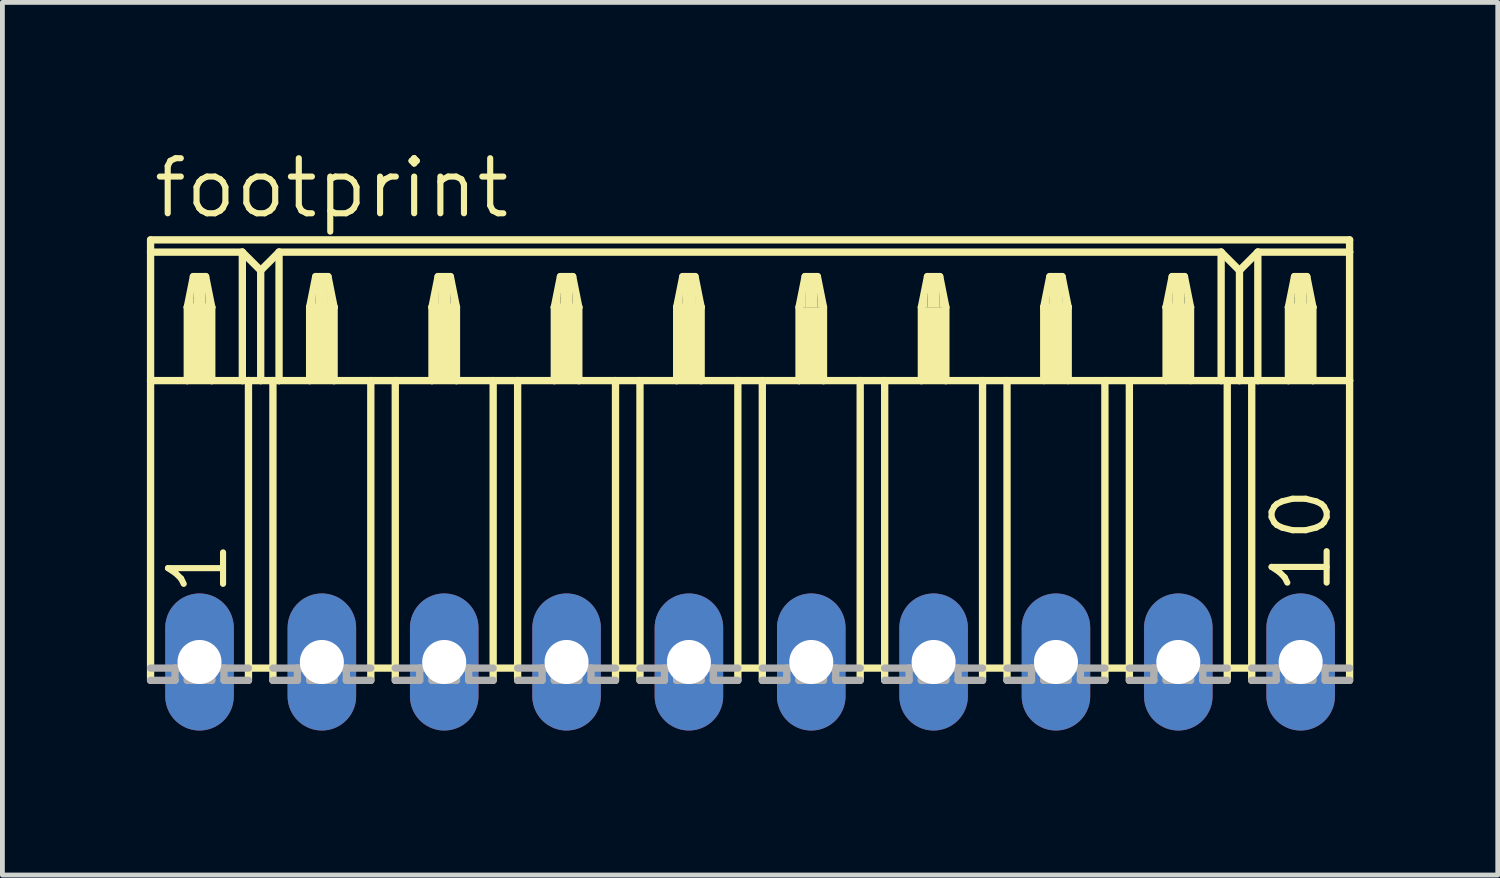
<source format=kicad_pcb>
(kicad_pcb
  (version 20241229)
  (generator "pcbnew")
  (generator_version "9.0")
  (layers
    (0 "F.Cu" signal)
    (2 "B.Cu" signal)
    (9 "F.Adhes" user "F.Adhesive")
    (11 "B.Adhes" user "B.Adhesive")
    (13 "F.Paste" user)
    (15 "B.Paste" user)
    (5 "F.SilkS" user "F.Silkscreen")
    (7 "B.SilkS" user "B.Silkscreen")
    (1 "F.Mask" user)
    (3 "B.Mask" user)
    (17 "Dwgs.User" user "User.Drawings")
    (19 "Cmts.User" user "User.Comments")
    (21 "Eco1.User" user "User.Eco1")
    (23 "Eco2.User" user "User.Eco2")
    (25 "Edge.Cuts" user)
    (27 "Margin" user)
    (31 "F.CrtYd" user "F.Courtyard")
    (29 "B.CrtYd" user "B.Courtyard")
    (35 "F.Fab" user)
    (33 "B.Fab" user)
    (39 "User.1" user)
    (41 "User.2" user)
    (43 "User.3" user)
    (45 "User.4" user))
  (footprint "footprint"
    (layer "F.Cu")
    (at 12.522 10.693)
    (property "Reference" "footprint" (at -12.446 -9.169 0) (layer "F.SilkS") (effects (font (size 1.143 1.143) (thickness 0.127)) (justify left bottom)))
    (fp_line (start -12.446 -8.763) (end -12.446 -8.509) (stroke (width 0.152) (type solid)) (layer "F.SilkS"))
    (fp_line (start -12.446 -8.763) (end 12.446 -8.763) (stroke (width 0.152) (type solid)) (layer "F.SilkS"))
    (fp_line (start -12.446 -8.509) (end -12.446 -5.842) (stroke (width 0.152) (type solid)) (layer "F.SilkS"))
    (fp_line (start -12.446 -8.509) (end -10.541 -8.509) (stroke (width 0.152) (type solid)) (layer "F.SilkS"))
    (fp_line (start -12.446 -5.842) (end -12.446 0.381) (stroke (width 0.152) (type solid)) (layer "F.SilkS"))
    (fp_line (start -12.446 -5.842) (end -11.684 -5.842) (stroke (width 0.152) (type solid)) (layer "F.SilkS"))
    (fp_line (start -11.684 -7.366) (end -11.684 -5.842) (stroke (width 0.152) (type solid)) (layer "F.SilkS"))
    (fp_line (start -11.684 -7.366) (end -11.557 -8.001) (stroke (width 0.152) (type solid)) (layer "F.SilkS"))
    (fp_line (start -11.684 -5.842) (end -11.176 -5.842) (stroke (width 0.152) (type solid)) (layer "F.SilkS"))
    (fp_line (start -11.557 -8.001) (end -11.303 -8.001) (stroke (width 0.152) (type solid)) (layer "F.SilkS"))
    (fp_line (start -11.303 -8.001) (end -11.176 -7.366) (stroke (width 0.152) (type solid)) (layer "F.SilkS"))
    (fp_line (start -11.176 -7.366) (end -11.684 -7.366) (stroke (width 0.152) (type solid)) (layer "F.SilkS"))
    (fp_line (start -11.176 -7.366) (end -11.176 -5.842) (stroke (width 0.152) (type solid)) (layer "F.SilkS"))
    (fp_line (start -11.176 -5.842) (end -10.541 -5.842) (stroke (width 0.152) (type solid)) (layer "F.SilkS"))
    (fp_line (start -10.541 -8.509) (end -10.541 -5.842) (stroke (width 0.152) (type solid)) (layer "F.SilkS"))
    (fp_line (start -10.541 -8.509) (end -10.16 -8.128) (stroke (width 0.152) (type solid)) (layer "F.SilkS"))
    (fp_line (start -10.541 -5.842) (end -10.414 -5.842) (stroke (width 0.152) (type solid)) (layer "F.SilkS"))
    (fp_line (start -10.414 -5.842) (end -10.414 0.127) (stroke (width 0.152) (type solid)) (layer "F.SilkS"))
    (fp_line (start -10.414 -5.842) (end -10.16 -5.842) (stroke (width 0.152) (type solid)) (layer "F.SilkS"))
    (fp_line (start -10.414 0.127) (end -10.414 0.381) (stroke (width 0.152) (type solid)) (layer "F.SilkS"))
    (fp_line (start -10.16 -8.128) (end -10.16 -5.842) (stroke (width 0.152) (type solid)) (layer "F.SilkS"))
    (fp_line (start -10.16 -8.128) (end -9.779 -8.509) (stroke (width 0.152) (type solid)) (layer "F.SilkS"))
    (fp_line (start -10.16 -5.842) (end -9.906 -5.842) (stroke (width 0.152) (type solid)) (layer "F.SilkS"))
    (fp_line (start -9.906 -5.842) (end -9.906 0.127) (stroke (width 0.152) (type solid)) (layer "F.SilkS"))
    (fp_line (start -9.906 -5.842) (end -9.779 -5.842) (stroke (width 0.152) (type solid)) (layer "F.SilkS"))
    (fp_line (start -9.906 0.127) (end -10.414 0.127) (stroke (width 0.152) (type solid)) (layer "F.SilkS"))
    (fp_line (start -9.906 0.127) (end -9.906 0.381) (stroke (width 0.152) (type solid)) (layer "F.SilkS"))
    (fp_line (start -9.779 -8.509) (end -9.779 -5.842) (stroke (width 0.152) (type solid)) (layer "F.SilkS"))
    (fp_line (start -9.779 -8.509) (end 9.779 -8.509) (stroke (width 0.152) (type solid)) (layer "F.SilkS"))
    (fp_line (start -9.779 -5.842) (end -9.144 -5.842) (stroke (width 0.152) (type solid)) (layer "F.SilkS"))
    (fp_line (start -9.144 -7.366) (end -9.144 -5.842) (stroke (width 0.152) (type solid)) (layer "F.SilkS"))
    (fp_line (start -9.144 -7.366) (end -9.017 -8.001) (stroke (width 0.152) (type solid)) (layer "F.SilkS"))
    (fp_line (start -9.144 -5.842) (end -8.636 -5.842) (stroke (width 0.152) (type solid)) (layer "F.SilkS"))
    (fp_line (start -9.017 -8.001) (end -8.763 -8.001) (stroke (width 0.152) (type solid)) (layer "F.SilkS"))
    (fp_line (start -8.763 -8.001) (end -8.636 -7.366) (stroke (width 0.152) (type solid)) (layer "F.SilkS"))
    (fp_line (start -8.636 -7.366) (end -9.144 -7.366) (stroke (width 0.152) (type solid)) (layer "F.SilkS"))
    (fp_line (start -8.636 -7.366) (end -8.636 -5.842) (stroke (width 0.152) (type solid)) (layer "F.SilkS"))
    (fp_line (start -8.636 -5.842) (end -7.874 -5.842) (stroke (width 0.152) (type solid)) (layer "F.SilkS"))
    (fp_line (start -7.874 -5.842) (end -7.874 0.127) (stroke (width 0.152) (type solid)) (layer "F.SilkS"))
    (fp_line (start -7.874 -5.842) (end -7.366 -5.842) (stroke (width 0.152) (type solid)) (layer "F.SilkS"))
    (fp_line (start -7.874 0.127) (end -7.874 0.381) (stroke (width 0.152) (type solid)) (layer "F.SilkS"))
    (fp_line (start -7.366 -5.842) (end -7.366 0.127) (stroke (width 0.152) (type solid)) (layer "F.SilkS"))
    (fp_line (start -7.366 -5.842) (end -6.604 -5.842) (stroke (width 0.152) (type solid)) (layer "F.SilkS"))
    (fp_line (start -7.366 0.127) (end -7.874 0.127) (stroke (width 0.152) (type solid)) (layer "F.SilkS"))
    (fp_line (start -7.366 0.127) (end -7.366 0.381) (stroke (width 0.152) (type solid)) (layer "F.SilkS"))
    (fp_line (start -6.604 -7.366) (end -6.604 -5.842) (stroke (width 0.152) (type solid)) (layer "F.SilkS"))
    (fp_line (start -6.604 -7.366) (end -6.477 -8.001) (stroke (width 0.152) (type solid)) (layer "F.SilkS"))
    (fp_line (start -6.604 -5.842) (end -6.096 -5.842) (stroke (width 0.152) (type solid)) (layer "F.SilkS"))
    (fp_line (start -6.477 -8.001) (end -6.223 -8.001) (stroke (width 0.152) (type solid)) (layer "F.SilkS"))
    (fp_line (start -6.223 -8.001) (end -6.096 -7.366) (stroke (width 0.152) (type solid)) (layer "F.SilkS"))
    (fp_line (start -6.096 -7.366) (end -6.604 -7.366) (stroke (width 0.152) (type solid)) (layer "F.SilkS"))
    (fp_line (start -6.096 -7.366) (end -6.096 -5.842) (stroke (width 0.152) (type solid)) (layer "F.SilkS"))
    (fp_line (start -6.096 -5.842) (end -5.334 -5.842) (stroke (width 0.152) (type solid)) (layer "F.SilkS"))
    (fp_line (start -5.334 -5.842) (end -5.334 0.127) (stroke (width 0.152) (type solid)) (layer "F.SilkS"))
    (fp_line (start -5.334 -5.842) (end -4.826 -5.842) (stroke (width 0.152) (type solid)) (layer "F.SilkS"))
    (fp_line (start -5.334 0.127) (end -5.334 0.381) (stroke (width 0.152) (type solid)) (layer "F.SilkS"))
    (fp_line (start -4.826 -5.842) (end -4.826 0.127) (stroke (width 0.152) (type solid)) (layer "F.SilkS"))
    (fp_line (start -4.826 -5.842) (end -4.064 -5.842) (stroke (width 0.152) (type solid)) (layer "F.SilkS"))
    (fp_line (start -4.826 0.127) (end -5.334 0.127) (stroke (width 0.152) (type solid)) (layer "F.SilkS"))
    (fp_line (start -4.826 0.127) (end -4.826 0.381) (stroke (width 0.152) (type solid)) (layer "F.SilkS"))
    (fp_line (start -4.064 -7.366) (end -4.064 -5.842) (stroke (width 0.152) (type solid)) (layer "F.SilkS"))
    (fp_line (start -4.064 -7.366) (end -3.937 -8.001) (stroke (width 0.152) (type solid)) (layer "F.SilkS"))
    (fp_line (start -4.064 -5.842) (end -3.556 -5.842) (stroke (width 0.152) (type solid)) (layer "F.SilkS"))
    (fp_line (start -3.937 -8.001) (end -3.683 -8.001) (stroke (width 0.152) (type solid)) (layer "F.SilkS"))
    (fp_line (start -3.683 -8.001) (end -3.556 -7.366) (stroke (width 0.152) (type solid)) (layer "F.SilkS"))
    (fp_line (start -3.556 -7.366) (end -4.064 -7.366) (stroke (width 0.152) (type solid)) (layer "F.SilkS"))
    (fp_line (start -3.556 -7.366) (end -3.556 -5.842) (stroke (width 0.152) (type solid)) (layer "F.SilkS"))
    (fp_line (start -3.556 -5.842) (end -2.794 -5.842) (stroke (width 0.152) (type solid)) (layer "F.SilkS"))
    (fp_line (start -2.794 -5.842) (end -2.794 0.127) (stroke (width 0.152) (type solid)) (layer "F.SilkS"))
    (fp_line (start -2.794 -5.842) (end -2.286 -5.842) (stroke (width 0.152) (type solid)) (layer "F.SilkS"))
    (fp_line (start -2.794 0.127) (end -2.794 0.381) (stroke (width 0.152) (type solid)) (layer "F.SilkS"))
    (fp_line (start -2.286 -5.842) (end -2.286 0.127) (stroke (width 0.152) (type solid)) (layer "F.SilkS"))
    (fp_line (start -2.286 -5.842) (end -1.524 -5.842) (stroke (width 0.152) (type solid)) (layer "F.SilkS"))
    (fp_line (start -2.286 0.127) (end -2.794 0.127) (stroke (width 0.152) (type solid)) (layer "F.SilkS"))
    (fp_line (start -2.286 0.127) (end -2.286 0.381) (stroke (width 0.152) (type solid)) (layer "F.SilkS"))
    (fp_line (start -1.524 -7.366) (end -1.524 -5.842) (stroke (width 0.152) (type solid)) (layer "F.SilkS"))
    (fp_line (start -1.524 -7.366) (end -1.397 -8.001) (stroke (width 0.152) (type solid)) (layer "F.SilkS"))
    (fp_line (start -1.524 -5.842) (end -1.016 -5.842) (stroke (width 0.152) (type solid)) (layer "F.SilkS"))
    (fp_line (start -1.397 -8.001) (end -1.143 -8.001) (stroke (width 0.152) (type solid)) (layer "F.SilkS"))
    (fp_line (start -1.143 -8.001) (end -1.016 -7.366) (stroke (width 0.152) (type solid)) (layer "F.SilkS"))
    (fp_line (start -1.016 -7.366) (end -1.524 -7.366) (stroke (width 0.152) (type solid)) (layer "F.SilkS"))
    (fp_line (start -1.016 -7.366) (end -1.016 -5.842) (stroke (width 0.152) (type solid)) (layer "F.SilkS"))
    (fp_line (start -1.016 -5.842) (end -0.254 -5.842) (stroke (width 0.152) (type solid)) (layer "F.SilkS"))
    (fp_line (start -0.254 -5.842) (end -0.254 0.127) (stroke (width 0.152) (type solid)) (layer "F.SilkS"))
    (fp_line (start -0.254 -5.842) (end 0.254 -5.842) (stroke (width 0.152) (type solid)) (layer "F.SilkS"))
    (fp_line (start -0.254 0.127) (end -0.254 0.381) (stroke (width 0.152) (type solid)) (layer "F.SilkS"))
    (fp_line (start 0.254 -5.842) (end 0.254 0.127) (stroke (width 0.152) (type solid)) (layer "F.SilkS"))
    (fp_line (start 0.254 -5.842) (end 1.016 -5.842) (stroke (width 0.152) (type solid)) (layer "F.SilkS"))
    (fp_line (start 0.254 0.127) (end -0.254 0.127) (stroke (width 0.152) (type solid)) (layer "F.SilkS"))
    (fp_line (start 0.254 0.127) (end 0.254 0.381) (stroke (width 0.152) (type solid)) (layer "F.SilkS"))
    (fp_line (start 1.016 -7.366) (end 1.016 -5.842) (stroke (width 0.152) (type solid)) (layer "F.SilkS"))
    (fp_line (start 1.016 -7.366) (end 1.143 -8.001) (stroke (width 0.152) (type solid)) (layer "F.SilkS"))
    (fp_line (start 1.016 -5.842) (end 1.524 -5.842) (stroke (width 0.152) (type solid)) (layer "F.SilkS"))
    (fp_line (start 1.143 -8.001) (end 1.397 -8.001) (stroke (width 0.152) (type solid)) (layer "F.SilkS"))
    (fp_line (start 1.397 -8.001) (end 1.524 -7.366) (stroke (width 0.152) (type solid)) (layer "F.SilkS"))
    (fp_line (start 1.524 -7.366) (end 1.524 -5.842) (stroke (width 0.152) (type solid)) (layer "F.SilkS"))
    (fp_line (start 1.524 -5.842) (end 2.286 -5.842) (stroke (width 0.152) (type solid)) (layer "F.SilkS"))
    (fp_line (start 2.286 -5.842) (end 2.286 0.127) (stroke (width 0.152) (type solid)) (layer "F.SilkS"))
    (fp_line (start 2.286 -5.842) (end 2.794 -5.842) (stroke (width 0.152) (type solid)) (layer "F.SilkS"))
    (fp_line (start 2.286 0.127) (end 2.286 0.381) (stroke (width 0.152) (type solid)) (layer "F.SilkS"))
    (fp_line (start 2.794 -5.842) (end 2.794 0.127) (stroke (width 0.152) (type solid)) (layer "F.SilkS"))
    (fp_line (start 2.794 -5.842) (end 3.556 -5.842) (stroke (width 0.152) (type solid)) (layer "F.SilkS"))
    (fp_line (start 2.794 0.127) (end 2.286 0.127) (stroke (width 0.152) (type solid)) (layer "F.SilkS"))
    (fp_line (start 2.794 0.127) (end 2.794 0.381) (stroke (width 0.152) (type solid)) (layer "F.SilkS"))
    (fp_line (start 3.556 -7.366) (end 3.556 -5.842) (stroke (width 0.152) (type solid)) (layer "F.SilkS"))
    (fp_line (start 3.556 -7.366) (end 3.683 -8.001) (stroke (width 0.152) (type solid)) (layer "F.SilkS"))
    (fp_line (start 3.556 -5.842) (end 4.064 -5.842) (stroke (width 0.152) (type solid)) (layer "F.SilkS"))
    (fp_line (start 3.683 -8.001) (end 3.937 -8.001) (stroke (width 0.152) (type solid)) (layer "F.SilkS"))
    (fp_line (start 3.937 -8.001) (end 4.064 -7.366) (stroke (width 0.152) (type solid)) (layer "F.SilkS"))
    (fp_line (start 4.064 -7.366) (end 4.064 -5.842) (stroke (width 0.152) (type solid)) (layer "F.SilkS"))
    (fp_line (start 4.064 -5.842) (end 4.826 -5.842) (stroke (width 0.152) (type solid)) (layer "F.SilkS"))
    (fp_line (start 4.826 -5.842) (end 4.826 0.127) (stroke (width 0.152) (type solid)) (layer "F.SilkS"))
    (fp_line (start 4.826 -5.842) (end 9.779 -5.842) (stroke (width 0.152) (type solid)) (layer "F.SilkS"))
    (fp_line (start 4.826 0.127) (end 4.826 0.381) (stroke (width 0.152) (type solid)) (layer "F.SilkS"))
    (fp_line (start 5.334 -5.842) (end 5.334 0.127) (stroke (width 0.152) (type solid)) (layer "F.SilkS"))
    (fp_line (start 5.334 0.127) (end 4.826 0.127) (stroke (width 0.152) (type solid)) (layer "F.SilkS"))
    (fp_line (start 5.334 0.127) (end 5.334 0.381) (stroke (width 0.152) (type solid)) (layer "F.SilkS"))
    (fp_line (start 6.096 -7.366) (end 6.096 -5.842) (stroke (width 0.152) (type solid)) (layer "F.SilkS"))
    (fp_line (start 6.096 -7.366) (end 6.223 -8.001) (stroke (width 0.152) (type solid)) (layer "F.SilkS"))
    (fp_line (start 6.223 -8.001) (end 6.477 -8.001) (stroke (width 0.152) (type solid)) (layer "F.SilkS"))
    (fp_line (start 6.477 -8.001) (end 6.604 -7.366) (stroke (width 0.152) (type solid)) (layer "F.SilkS"))
    (fp_line (start 6.604 -7.366) (end 6.096 -7.366) (stroke (width 0.152) (type solid)) (layer "F.SilkS"))
    (fp_line (start 6.604 -7.366) (end 6.604 -5.842) (stroke (width 0.152) (type solid)) (layer "F.SilkS"))
    (fp_line (start 7.366 -5.842) (end 7.366 0.127) (stroke (width 0.152) (type solid)) (layer "F.SilkS"))
    (fp_line (start 7.366 0.127) (end 7.366 0.381) (stroke (width 0.152) (type solid)) (layer "F.SilkS"))
    (fp_line (start 7.874 -5.842) (end 7.874 0.127) (stroke (width 0.152) (type solid)) (layer "F.SilkS"))
    (fp_line (start 7.874 0.127) (end 7.366 0.127) (stroke (width 0.152) (type solid)) (layer "F.SilkS"))
    (fp_line (start 7.874 0.127) (end 7.874 0.381) (stroke (width 0.152) (type solid)) (layer "F.SilkS"))
    (fp_line (start 8.636 -7.366) (end 8.636 -5.842) (stroke (width 0.152) (type solid)) (layer "F.SilkS"))
    (fp_line (start 8.636 -7.366) (end 8.763 -8.001) (stroke (width 0.152) (type solid)) (layer "F.SilkS"))
    (fp_line (start 8.763 -8.001) (end 9.017 -8.001) (stroke (width 0.152) (type solid)) (layer "F.SilkS"))
    (fp_line (start 9.017 -8.001) (end 9.144 -7.366) (stroke (width 0.152) (type solid)) (layer "F.SilkS"))
    (fp_line (start 9.144 -7.366) (end 8.636 -7.366) (stroke (width 0.152) (type solid)) (layer "F.SilkS"))
    (fp_line (start 9.144 -7.366) (end 9.144 -5.842) (stroke (width 0.152) (type solid)) (layer "F.SilkS"))
    (fp_line (start 9.779 -8.509) (end 9.779 -5.842) (stroke (width 0.152) (type solid)) (layer "F.SilkS"))
    (fp_line (start 9.779 -8.509) (end 10.16 -8.128) (stroke (width 0.152) (type solid)) (layer "F.SilkS"))
    (fp_line (start 9.779 -5.842) (end 9.906 -5.842) (stroke (width 0.152) (type solid)) (layer "F.SilkS"))
    (fp_line (start 9.906 -5.842) (end 9.906 0.127) (stroke (width 0.152) (type solid)) (layer "F.SilkS"))
    (fp_line (start 9.906 -5.842) (end 10.16 -5.842) (stroke (width 0.152) (type solid)) (layer "F.SilkS"))
    (fp_line (start 9.906 0.127) (end 9.906 0.381) (stroke (width 0.152) (type solid)) (layer "F.SilkS"))
    (fp_line (start 10.16 -8.128) (end 10.16 -5.842) (stroke (width 0.152) (type solid)) (layer "F.SilkS"))
    (fp_line (start 10.16 -8.128) (end 10.541 -8.509) (stroke (width 0.152) (type solid)) (layer "F.SilkS"))
    (fp_line (start 10.16 -5.842) (end 10.414 -5.842) (stroke (width 0.152) (type solid)) (layer "F.SilkS"))
    (fp_line (start 10.414 -5.842) (end 10.414 0.127) (stroke (width 0.152) (type solid)) (layer "F.SilkS"))
    (fp_line (start 10.414 -5.842) (end 10.541 -5.842) (stroke (width 0.152) (type solid)) (layer "F.SilkS"))
    (fp_line (start 10.414 0.127) (end 9.906 0.127) (stroke (width 0.152) (type solid)) (layer "F.SilkS"))
    (fp_line (start 10.414 0.127) (end 10.414 0.381) (stroke (width 0.152) (type solid)) (layer "F.SilkS"))
    (fp_line (start 10.541 -8.509) (end 10.541 -5.842) (stroke (width 0.152) (type solid)) (layer "F.SilkS"))
    (fp_line (start 10.541 -8.509) (end 12.446 -8.509) (stroke (width 0.152) (type solid)) (layer "F.SilkS"))
    (fp_line (start 10.541 -5.842) (end 11.176 -5.842) (stroke (width 0.152) (type solid)) (layer "F.SilkS"))
    (fp_line (start 11.176 -7.366) (end 11.176 -5.842) (stroke (width 0.152) (type solid)) (layer "F.SilkS"))
    (fp_line (start 11.176 -7.366) (end 11.303 -8.001) (stroke (width 0.152) (type solid)) (layer "F.SilkS"))
    (fp_line (start 11.176 -5.842) (end 11.684 -5.842) (stroke (width 0.152) (type solid)) (layer "F.SilkS"))
    (fp_line (start 11.303 -8.001) (end 11.557 -8.001) (stroke (width 0.152) (type solid)) (layer "F.SilkS"))
    (fp_line (start 11.557 -8.001) (end 11.684 -7.366) (stroke (width 0.152) (type solid)) (layer "F.SilkS"))
    (fp_line (start 11.684 -7.366) (end 11.176 -7.366) (stroke (width 0.152) (type solid)) (layer "F.SilkS"))
    (fp_line (start 11.684 -7.366) (end 11.684 -5.842) (stroke (width 0.152) (type solid)) (layer "F.SilkS"))
    (fp_line (start 11.684 -5.842) (end 12.446 -5.842) (stroke (width 0.152) (type solid)) (layer "F.SilkS"))
    (fp_line (start 12.446 -8.509) (end 12.446 -8.763) (stroke (width 0.152) (type solid)) (layer "F.SilkS"))
    (fp_line (start 12.446 -5.842) (end 12.446 -8.509) (stroke (width 0.152) (type solid)) (layer "F.SilkS"))
    (fp_line (start 12.446 -5.842) (end 12.446 0.381) (stroke (width 0.152) (type solid)) (layer "F.SilkS"))
    (fp_poly (pts (xy -11.684 -7.366) (xy -11.557 -7.366) (xy -11.557 -7.62) (xy -11.684 -7.62)) (stroke (width 0) (type solid)) (fill yes) (layer "F.SilkS"))
    (fp_poly (pts (xy -11.684 -5.842) (xy -11.176 -5.842) (xy -11.176 -7.366) (xy -11.684 -7.366)) (stroke (width 0) (type solid)) (fill yes) (layer "F.SilkS"))
    (fp_poly (pts (xy -11.557 -7.366) (xy -11.303 -7.366) (xy -11.303 -8.001) (xy -11.557 -8.001)) (stroke (width 0) (type solid)) (fill yes) (layer "F.SilkS"))
    (fp_poly (pts (xy -11.303 -7.366) (xy -11.176 -7.366) (xy -11.176 -7.62) (xy -11.303 -7.62)) (stroke (width 0) (type solid)) (fill yes) (layer "F.SilkS"))
    (fp_poly (pts (xy -9.144 -7.366) (xy -9.017 -7.366) (xy -9.017 -7.62) (xy -9.144 -7.62)) (stroke (width 0) (type solid)) (fill yes) (layer "F.SilkS"))
    (fp_poly (pts (xy -9.144 -5.842) (xy -8.636 -5.842) (xy -8.636 -7.366) (xy -9.144 -7.366)) (stroke (width 0) (type solid)) (fill yes) (layer "F.SilkS"))
    (fp_poly (pts (xy -9.017 -7.366) (xy -8.763 -7.366) (xy -8.763 -8.001) (xy -9.017 -8.001)) (stroke (width 0) (type solid)) (fill yes) (layer "F.SilkS"))
    (fp_poly (pts (xy -8.763 -7.366) (xy -8.636 -7.366) (xy -8.636 -7.62) (xy -8.763 -7.62)) (stroke (width 0) (type solid)) (fill yes) (layer "F.SilkS"))
    (fp_poly (pts (xy -6.604 -7.366) (xy -6.477 -7.366) (xy -6.477 -7.62) (xy -6.604 -7.62)) (stroke (width 0) (type solid)) (fill yes) (layer "F.SilkS"))
    (fp_poly (pts (xy -6.604 -5.842) (xy -6.096 -5.842) (xy -6.096 -7.366) (xy -6.604 -7.366)) (stroke (width 0) (type solid)) (fill yes) (layer "F.SilkS"))
    (fp_poly (pts (xy -6.477 -7.366) (xy -6.223 -7.366) (xy -6.223 -8.001) (xy -6.477 -8.001)) (stroke (width 0) (type solid)) (fill yes) (layer "F.SilkS"))
    (fp_poly (pts (xy -6.223 -7.366) (xy -6.096 -7.366) (xy -6.096 -7.62) (xy -6.223 -7.62)) (stroke (width 0) (type solid)) (fill yes) (layer "F.SilkS"))
    (fp_poly (pts (xy -4.064 -7.366) (xy -3.937 -7.366) (xy -3.937 -7.62) (xy -4.064 -7.62)) (stroke (width 0) (type solid)) (fill yes) (layer "F.SilkS"))
    (fp_poly (pts (xy -4.064 -5.842) (xy -3.556 -5.842) (xy -3.556 -7.366) (xy -4.064 -7.366)) (stroke (width 0) (type solid)) (fill yes) (layer "F.SilkS"))
    (fp_poly (pts (xy -3.937 -7.366) (xy -3.683 -7.366) (xy -3.683 -8.001) (xy -3.937 -8.001)) (stroke (width 0) (type solid)) (fill yes) (layer "F.SilkS"))
    (fp_poly (pts (xy -3.683 -7.366) (xy -3.556 -7.366) (xy -3.556 -7.62) (xy -3.683 -7.62)) (stroke (width 0) (type solid)) (fill yes) (layer "F.SilkS"))
    (fp_poly (pts (xy -1.524 -7.366) (xy -1.397 -7.366) (xy -1.397 -7.62) (xy -1.524 -7.62)) (stroke (width 0) (type solid)) (fill yes) (layer "F.SilkS"))
    (fp_poly (pts (xy -1.524 -5.842) (xy -1.016 -5.842) (xy -1.016 -7.366) (xy -1.524 -7.366)) (stroke (width 0) (type solid)) (fill yes) (layer "F.SilkS"))
    (fp_poly (pts (xy -1.397 -7.366) (xy -1.143 -7.366) (xy -1.143 -8.001) (xy -1.397 -8.001)) (stroke (width 0) (type solid)) (fill yes) (layer "F.SilkS"))
    (fp_poly (pts (xy -1.143 -7.366) (xy -1.016 -7.366) (xy -1.016 -7.62) (xy -1.143 -7.62)) (stroke (width 0) (type solid)) (fill yes) (layer "F.SilkS"))
    (fp_poly (pts (xy 1.016 -7.366) (xy 1.143 -7.366) (xy 1.143 -7.62) (xy 1.016 -7.62)) (stroke (width 0) (type solid)) (fill yes) (layer "F.SilkS"))
    (fp_poly (pts (xy 1.016 -5.842) (xy 1.524 -5.842) (xy 1.524 -7.366) (xy 1.016 -7.366)) (stroke (width 0) (type solid)) (fill yes) (layer "F.SilkS"))
    (fp_poly (pts (xy 1.143 -7.366) (xy 1.397 -7.366) (xy 1.397 -8.001) (xy 1.143 -8.001)) (stroke (width 0) (type solid)) (fill yes) (layer "F.SilkS"))
    (fp_poly (pts (xy 1.397 -7.366) (xy 1.524 -7.366) (xy 1.524 -7.62) (xy 1.397 -7.62)) (stroke (width 0) (type solid)) (fill yes) (layer "F.SilkS"))
    (fp_poly (pts (xy 3.556 -7.366) (xy 3.683 -7.366) (xy 3.683 -7.62) (xy 3.556 -7.62)) (stroke (width 0) (type solid)) (fill yes) (layer "F.SilkS"))
    (fp_poly (pts (xy 3.556 -5.842) (xy 4.064 -5.842) (xy 4.064 -7.366) (xy 3.556 -7.366)) (stroke (width 0) (type solid)) (fill yes) (layer "F.SilkS"))
    (fp_poly (pts (xy 3.683 -7.366) (xy 3.937 -7.366) (xy 3.937 -8.001) (xy 3.683 -8.001)) (stroke (width 0) (type solid)) (fill yes) (layer "F.SilkS"))
    (fp_poly (pts (xy 3.937 -7.366) (xy 4.064 -7.366) (xy 4.064 -7.62) (xy 3.937 -7.62)) (stroke (width 0) (type solid)) (fill yes) (layer "F.SilkS"))
    (fp_poly (pts (xy 6.096 -7.366) (xy 6.223 -7.366) (xy 6.223 -7.62) (xy 6.096 -7.62)) (stroke (width 0) (type solid)) (fill yes) (layer "F.SilkS"))
    (fp_poly (pts (xy 6.096 -5.842) (xy 6.604 -5.842) (xy 6.604 -7.366) (xy 6.096 -7.366)) (stroke (width 0) (type solid)) (fill yes) (layer "F.SilkS"))
    (fp_poly (pts (xy 6.223 -7.366) (xy 6.477 -7.366) (xy 6.477 -8.001) (xy 6.223 -8.001)) (stroke (width 0) (type solid)) (fill yes) (layer "F.SilkS"))
    (fp_poly (pts (xy 6.477 -7.366) (xy 6.604 -7.366) (xy 6.604 -7.62) (xy 6.477 -7.62)) (stroke (width 0) (type solid)) (fill yes) (layer "F.SilkS"))
    (fp_poly (pts (xy 8.636 -7.366) (xy 8.763 -7.366) (xy 8.763 -7.62) (xy 8.636 -7.62)) (stroke (width 0) (type solid)) (fill yes) (layer "F.SilkS"))
    (fp_poly (pts (xy 8.636 -5.842) (xy 9.144 -5.842) (xy 9.144 -7.366) (xy 8.636 -7.366)) (stroke (width 0) (type solid)) (fill yes) (layer "F.SilkS"))
    (fp_poly (pts (xy 8.763 -7.366) (xy 9.017 -7.366) (xy 9.017 -8.001) (xy 8.763 -8.001)) (stroke (width 0) (type solid)) (fill yes) (layer "F.SilkS"))
    (fp_poly (pts (xy 9.017 -7.366) (xy 9.144 -7.366) (xy 9.144 -7.62) (xy 9.017 -7.62)) (stroke (width 0) (type solid)) (fill yes) (layer "F.SilkS"))
    (fp_poly (pts (xy 11.176 -7.366) (xy 11.303 -7.366) (xy 11.303 -7.62) (xy 11.176 -7.62)) (stroke (width 0) (type solid)) (fill yes) (layer "F.SilkS"))
    (fp_poly (pts (xy 11.176 -5.842) (xy 11.684 -5.842) (xy 11.684 -7.366) (xy 11.176 -7.366)) (stroke (width 0) (type solid)) (fill yes) (layer "F.SilkS"))
    (fp_poly (pts (xy 11.303 -7.366) (xy 11.557 -7.366) (xy 11.557 -8.001) (xy 11.303 -8.001)) (stroke (width 0) (type solid)) (fill yes) (layer "F.SilkS"))
    (fp_poly (pts (xy 11.557 -7.366) (xy 11.684 -7.366) (xy 11.684 -7.62) (xy 11.557 -7.62)) (stroke (width 0) (type solid)) (fill yes) (layer "F.SilkS"))
    (fp_line (start -12.446 0.127) (end -11.938 0.127) (stroke (width 0.152) (type solid)) (layer "F.Fab"))
    (fp_line (start -11.938 0.381) (end -12.446 0.381) (stroke (width 0.152) (type solid)) (layer "F.Fab"))
    (fp_line (start -11.938 0.381) (end -11.938 0.127) (stroke (width 0.152) (type solid)) (layer "F.Fab"))
    (fp_line (start -11.684 0.127) (end -11.938 0.127) (stroke (width 0.152) (type solid)) (layer "F.Fab"))
    (fp_line (start -11.684 0.381) (end -11.684 0.127) (stroke (width 0.152) (type solid)) (layer "F.Fab"))
    (fp_line (start -11.176 0.381) (end -11.684 0.381) (stroke (width 0.152) (type solid)) (layer "F.Fab"))
    (fp_line (start -11.176 0.381) (end -11.176 0.127) (stroke (width 0.152) (type solid)) (layer "F.Fab"))
    (fp_line (start -10.922 0.127) (end -11.176 0.127) (stroke (width 0.152) (type solid)) (layer "F.Fab"))
    (fp_line (start -10.922 0.381) (end -10.922 0.127) (stroke (width 0.152) (type solid)) (layer "F.Fab"))
    (fp_line (start -10.414 0.127) (end -10.922 0.127) (stroke (width 0.152) (type solid)) (layer "F.Fab"))
    (fp_line (start -10.414 0.381) (end -10.922 0.381) (stroke (width 0.152) (type solid)) (layer "F.Fab"))
    (fp_line (start -9.906 0.127) (end -9.398 0.127) (stroke (width 0.152) (type solid)) (layer "F.Fab"))
    (fp_line (start -9.398 0.381) (end -9.906 0.381) (stroke (width 0.152) (type solid)) (layer "F.Fab"))
    (fp_line (start -9.398 0.381) (end -9.398 0.127) (stroke (width 0.152) (type solid)) (layer "F.Fab"))
    (fp_line (start -9.144 0.127) (end -9.398 0.127) (stroke (width 0.152) (type solid)) (layer "F.Fab"))
    (fp_line (start -9.144 0.381) (end -9.144 0.127) (stroke (width 0.152) (type solid)) (layer "F.Fab"))
    (fp_line (start -8.636 0.381) (end -9.144 0.381) (stroke (width 0.152) (type solid)) (layer "F.Fab"))
    (fp_line (start -8.636 0.381) (end -8.636 0.127) (stroke (width 0.152) (type solid)) (layer "F.Fab"))
    (fp_line (start -8.382 0.127) (end -8.636 0.127) (stroke (width 0.152) (type solid)) (layer "F.Fab"))
    (fp_line (start -8.382 0.381) (end -8.382 0.127) (stroke (width 0.152) (type solid)) (layer "F.Fab"))
    (fp_line (start -7.874 0.127) (end -8.382 0.127) (stroke (width 0.152) (type solid)) (layer "F.Fab"))
    (fp_line (start -7.874 0.381) (end -8.382 0.381) (stroke (width 0.152) (type solid)) (layer "F.Fab"))
    (fp_line (start -7.366 0.127) (end -6.858 0.127) (stroke (width 0.152) (type solid)) (layer "F.Fab"))
    (fp_line (start -6.858 0.381) (end -7.366 0.381) (stroke (width 0.152) (type solid)) (layer "F.Fab"))
    (fp_line (start -6.858 0.381) (end -6.858 0.127) (stroke (width 0.152) (type solid)) (layer "F.Fab"))
    (fp_line (start -6.604 0.127) (end -6.858 0.127) (stroke (width 0.152) (type solid)) (layer "F.Fab"))
    (fp_line (start -6.604 0.381) (end -6.604 0.127) (stroke (width 0.152) (type solid)) (layer "F.Fab"))
    (fp_line (start -6.096 0.381) (end -6.604 0.381) (stroke (width 0.152) (type solid)) (layer "F.Fab"))
    (fp_line (start -6.096 0.381) (end -6.096 0.127) (stroke (width 0.152) (type solid)) (layer "F.Fab"))
    (fp_line (start -5.842 0.127) (end -6.096 0.127) (stroke (width 0.152) (type solid)) (layer "F.Fab"))
    (fp_line (start -5.842 0.381) (end -5.842 0.127) (stroke (width 0.152) (type solid)) (layer "F.Fab"))
    (fp_line (start -5.334 0.127) (end -5.842 0.127) (stroke (width 0.152) (type solid)) (layer "F.Fab"))
    (fp_line (start -5.334 0.381) (end -5.842 0.381) (stroke (width 0.152) (type solid)) (layer "F.Fab"))
    (fp_line (start -4.826 0.127) (end -4.318 0.127) (stroke (width 0.152) (type solid)) (layer "F.Fab"))
    (fp_line (start -4.318 0.381) (end -4.826 0.381) (stroke (width 0.152) (type solid)) (layer "F.Fab"))
    (fp_line (start -4.318 0.381) (end -4.318 0.127) (stroke (width 0.152) (type solid)) (layer "F.Fab"))
    (fp_line (start -4.064 0.127) (end -4.318 0.127) (stroke (width 0.152) (type solid)) (layer "F.Fab"))
    (fp_line (start -4.064 0.381) (end -4.064 0.127) (stroke (width 0.152) (type solid)) (layer "F.Fab"))
    (fp_line (start -3.556 0.381) (end -4.064 0.381) (stroke (width 0.152) (type solid)) (layer "F.Fab"))
    (fp_line (start -3.556 0.381) (end -3.556 0.127) (stroke (width 0.152) (type solid)) (layer "F.Fab"))
    (fp_line (start -3.302 0.127) (end -3.556 0.127) (stroke (width 0.152) (type solid)) (layer "F.Fab"))
    (fp_line (start -3.302 0.381) (end -3.302 0.127) (stroke (width 0.152) (type solid)) (layer "F.Fab"))
    (fp_line (start -2.794 0.127) (end -3.302 0.127) (stroke (width 0.152) (type solid)) (layer "F.Fab"))
    (fp_line (start -2.794 0.381) (end -3.302 0.381) (stroke (width 0.152) (type solid)) (layer "F.Fab"))
    (fp_line (start -2.286 0.127) (end -1.778 0.127) (stroke (width 0.152) (type solid)) (layer "F.Fab"))
    (fp_line (start -1.778 0.381) (end -2.286 0.381) (stroke (width 0.152) (type solid)) (layer "F.Fab"))
    (fp_line (start -1.778 0.381) (end -1.778 0.127) (stroke (width 0.152) (type solid)) (layer "F.Fab"))
    (fp_line (start -1.524 0.127) (end -1.778 0.127) (stroke (width 0.152) (type solid)) (layer "F.Fab"))
    (fp_line (start -1.524 0.381) (end -1.524 0.127) (stroke (width 0.152) (type solid)) (layer "F.Fab"))
    (fp_line (start -1.016 0.381) (end -1.524 0.381) (stroke (width 0.152) (type solid)) (layer "F.Fab"))
    (fp_line (start -1.016 0.381) (end -1.016 0.127) (stroke (width 0.152) (type solid)) (layer "F.Fab"))
    (fp_line (start -0.762 0.127) (end -1.016 0.127) (stroke (width 0.152) (type solid)) (layer "F.Fab"))
    (fp_line (start -0.762 0.381) (end -0.762 0.127) (stroke (width 0.152) (type solid)) (layer "F.Fab"))
    (fp_line (start -0.254 0.127) (end -0.762 0.127) (stroke (width 0.152) (type solid)) (layer "F.Fab"))
    (fp_line (start -0.254 0.381) (end -0.762 0.381) (stroke (width 0.152) (type solid)) (layer "F.Fab"))
    (fp_line (start 0.254 0.127) (end 0.762 0.127) (stroke (width 0.152) (type solid)) (layer "F.Fab"))
    (fp_line (start 0.762 0.381) (end 0.254 0.381) (stroke (width 0.152) (type solid)) (layer "F.Fab"))
    (fp_line (start 0.762 0.381) (end 0.762 0.127) (stroke (width 0.152) (type solid)) (layer "F.Fab"))
    (fp_line (start 1.016 0.127) (end 0.762 0.127) (stroke (width 0.152) (type solid)) (layer "F.Fab"))
    (fp_line (start 1.016 0.381) (end 1.016 0.127) (stroke (width 0.152) (type solid)) (layer "F.Fab"))
    (fp_line (start 1.524 0.381) (end 1.016 0.381) (stroke (width 0.152) (type solid)) (layer "F.Fab"))
    (fp_line (start 1.524 0.381) (end 1.524 0.127) (stroke (width 0.152) (type solid)) (layer "F.Fab"))
    (fp_line (start 1.778 0.127) (end 1.524 0.127) (stroke (width 0.152) (type solid)) (layer "F.Fab"))
    (fp_line (start 1.778 0.381) (end 1.778 0.127) (stroke (width 0.152) (type solid)) (layer "F.Fab"))
    (fp_line (start 2.286 0.127) (end 1.778 0.127) (stroke (width 0.152) (type solid)) (layer "F.Fab"))
    (fp_line (start 2.286 0.381) (end 1.778 0.381) (stroke (width 0.152) (type solid)) (layer "F.Fab"))
    (fp_line (start 2.794 0.127) (end 3.302 0.127) (stroke (width 0.152) (type solid)) (layer "F.Fab"))
    (fp_line (start 3.302 0.381) (end 2.794 0.381) (stroke (width 0.152) (type solid)) (layer "F.Fab"))
    (fp_line (start 3.302 0.381) (end 3.302 0.127) (stroke (width 0.152) (type solid)) (layer "F.Fab"))
    (fp_line (start 3.556 0.127) (end 3.302 0.127) (stroke (width 0.152) (type solid)) (layer "F.Fab"))
    (fp_line (start 3.556 0.381) (end 3.556 0.127) (stroke (width 0.152) (type solid)) (layer "F.Fab"))
    (fp_line (start 4.064 0.381) (end 3.556 0.381) (stroke (width 0.152) (type solid)) (layer "F.Fab"))
    (fp_line (start 4.064 0.381) (end 4.064 0.127) (stroke (width 0.152) (type solid)) (layer "F.Fab"))
    (fp_line (start 4.318 0.127) (end 4.064 0.127) (stroke (width 0.152) (type solid)) (layer "F.Fab"))
    (fp_line (start 4.318 0.381) (end 4.318 0.127) (stroke (width 0.152) (type solid)) (layer "F.Fab"))
    (fp_line (start 4.826 0.127) (end 4.318 0.127) (stroke (width 0.152) (type solid)) (layer "F.Fab"))
    (fp_line (start 4.826 0.381) (end 4.318 0.381) (stroke (width 0.152) (type solid)) (layer "F.Fab"))
    (fp_line (start 5.334 0.127) (end 5.842 0.127) (stroke (width 0.152) (type solid)) (layer "F.Fab"))
    (fp_line (start 5.842 0.381) (end 5.334 0.381) (stroke (width 0.152) (type solid)) (layer "F.Fab"))
    (fp_line (start 5.842 0.381) (end 5.842 0.127) (stroke (width 0.152) (type solid)) (layer "F.Fab"))
    (fp_line (start 6.096 0.127) (end 5.842 0.127) (stroke (width 0.152) (type solid)) (layer "F.Fab"))
    (fp_line (start 6.096 0.381) (end 6.096 0.127) (stroke (width 0.152) (type solid)) (layer "F.Fab"))
    (fp_line (start 6.604 0.381) (end 6.096 0.381) (stroke (width 0.152) (type solid)) (layer "F.Fab"))
    (fp_line (start 6.604 0.381) (end 6.604 0.127) (stroke (width 0.152) (type solid)) (layer "F.Fab"))
    (fp_line (start 6.858 0.127) (end 6.604 0.127) (stroke (width 0.152) (type solid)) (layer "F.Fab"))
    (fp_line (start 6.858 0.381) (end 6.858 0.127) (stroke (width 0.152) (type solid)) (layer "F.Fab"))
    (fp_line (start 7.366 0.127) (end 6.858 0.127) (stroke (width 0.152) (type solid)) (layer "F.Fab"))
    (fp_line (start 7.366 0.381) (end 6.858 0.381) (stroke (width 0.152) (type solid)) (layer "F.Fab"))
    (fp_line (start 7.874 0.127) (end 8.382 0.127) (stroke (width 0.152) (type solid)) (layer "F.Fab"))
    (fp_line (start 8.382 0.381) (end 7.874 0.381) (stroke (width 0.152) (type solid)) (layer "F.Fab"))
    (fp_line (start 8.382 0.381) (end 8.382 0.127) (stroke (width 0.152) (type solid)) (layer "F.Fab"))
    (fp_line (start 8.636 0.127) (end 8.382 0.127) (stroke (width 0.152) (type solid)) (layer "F.Fab"))
    (fp_line (start 8.636 0.381) (end 8.636 0.127) (stroke (width 0.152) (type solid)) (layer "F.Fab"))
    (fp_line (start 9.144 0.381) (end 8.636 0.381) (stroke (width 0.152) (type solid)) (layer "F.Fab"))
    (fp_line (start 9.144 0.381) (end 9.144 0.127) (stroke (width 0.152) (type solid)) (layer "F.Fab"))
    (fp_line (start 9.398 0.127) (end 9.144 0.127) (stroke (width 0.152) (type solid)) (layer "F.Fab"))
    (fp_line (start 9.398 0.381) (end 9.398 0.127) (stroke (width 0.152) (type solid)) (layer "F.Fab"))
    (fp_line (start 9.906 0.127) (end 9.398 0.127) (stroke (width 0.152) (type solid)) (layer "F.Fab"))
    (fp_line (start 9.906 0.381) (end 9.398 0.381) (stroke (width 0.152) (type solid)) (layer "F.Fab"))
    (fp_line (start 10.414 0.127) (end 10.922 0.127) (stroke (width 0.152) (type solid)) (layer "F.Fab"))
    (fp_line (start 10.922 0.381) (end 10.414 0.381) (stroke (width 0.152) (type solid)) (layer "F.Fab"))
    (fp_line (start 10.922 0.381) (end 10.922 0.127) (stroke (width 0.152) (type solid)) (layer "F.Fab"))
    (fp_line (start 11.176 0.127) (end 10.922 0.127) (stroke (width 0.152) (type solid)) (layer "F.Fab"))
    (fp_line (start 11.176 0.381) (end 11.176 0.127) (stroke (width 0.152) (type solid)) (layer "F.Fab"))
    (fp_line (start 11.684 0.381) (end 11.176 0.381) (stroke (width 0.152) (type solid)) (layer "F.Fab"))
    (fp_line (start 11.684 0.381) (end 11.684 0.127) (stroke (width 0.152) (type solid)) (layer "F.Fab"))
    (fp_line (start 11.938 0.127) (end 11.684 0.127) (stroke (width 0.152) (type solid)) (layer "F.Fab"))
    (fp_line (start 11.938 0.381) (end 11.938 0.127) (stroke (width 0.152) (type solid)) (layer "F.Fab"))
    (fp_line (start 12.446 0.127) (end 11.938 0.127) (stroke (width 0.152) (type solid)) (layer "F.Fab"))
    (fp_line (start 12.446 0.381) (end 11.938 0.381) (stroke (width 0.152) (type solid)) (layer "F.Fab"))
    (fp_text user "10" (at 12.116 -1.346 90) (layer "F.SilkS") (effects (font (size 1.143 1.143) (thickness 0.127)) (justify left bottom)))
    (fp_text user "1" (at -10.795 -1.321 90) (layer "F.SilkS") (effects (font (size 1.143 1.143) (thickness 0.127)) (justify left bottom)))
    (pad "1" thru_hole oval (at -11.43 0 90) (size 2.845 1.422) (drill 0.914) (layers "*.Cu" "*.Mask"))
    (pad "2" thru_hole oval (at -8.89 0 90) (size 2.845 1.422) (drill 0.914) (layers "*.Cu" "*.Mask"))
    (pad "3" thru_hole oval (at -6.35 0 90) (size 2.845 1.422) (drill 0.914) (layers "*.Cu" "*.Mask"))
    (pad "4" thru_hole oval (at -3.81 0 90) (size 2.845 1.422) (drill 0.914) (layers "*.Cu" "*.Mask"))
    (pad "5" thru_hole oval (at -1.27 0 90) (size 2.845 1.422) (drill 0.914) (layers "*.Cu" "*.Mask"))
    (pad "6" thru_hole oval (at 1.27 0 90) (size 2.845 1.422) (drill 0.914) (layers "*.Cu" "*.Mask"))
    (pad "7" thru_hole oval (at 3.81 0 90) (size 2.845 1.422) (drill 0.914) (layers "*.Cu" "*.Mask"))
    (pad "8" thru_hole oval (at 6.35 0 90) (size 2.845 1.422) (drill 0.914) (layers "*.Cu" "*.Mask"))
    (pad "9" thru_hole oval (at 8.89 0 90) (size 2.845 1.422) (drill 0.914) (layers "*.Cu" "*.Mask"))
    (pad "10" thru_hole oval (at 11.43 0 90) (size 2.845 1.422) (drill 0.914) (layers "*.Cu" "*.Mask")))
  (gr_rect
    (start -3 -3)
    (end 28.044 15.116)
    (stroke (width 0.1) (type default))
    (fill no)
    (layer "Edge.Cuts")))
</source>
